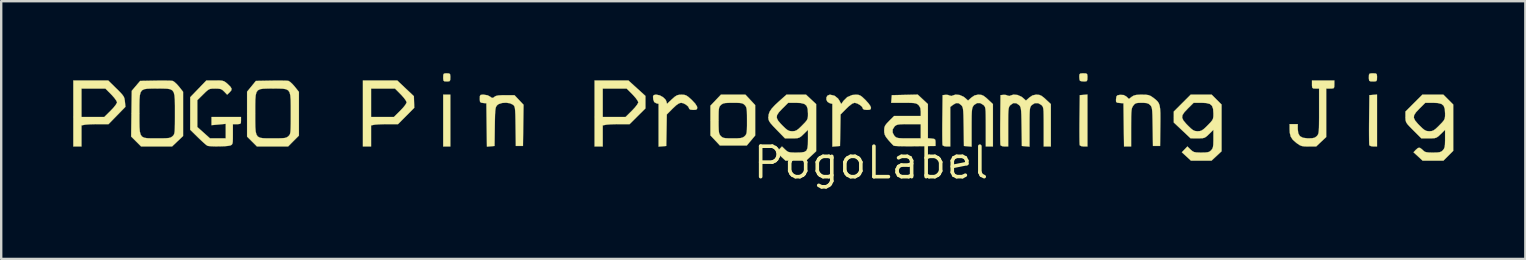
<source format=kicad_pcb>
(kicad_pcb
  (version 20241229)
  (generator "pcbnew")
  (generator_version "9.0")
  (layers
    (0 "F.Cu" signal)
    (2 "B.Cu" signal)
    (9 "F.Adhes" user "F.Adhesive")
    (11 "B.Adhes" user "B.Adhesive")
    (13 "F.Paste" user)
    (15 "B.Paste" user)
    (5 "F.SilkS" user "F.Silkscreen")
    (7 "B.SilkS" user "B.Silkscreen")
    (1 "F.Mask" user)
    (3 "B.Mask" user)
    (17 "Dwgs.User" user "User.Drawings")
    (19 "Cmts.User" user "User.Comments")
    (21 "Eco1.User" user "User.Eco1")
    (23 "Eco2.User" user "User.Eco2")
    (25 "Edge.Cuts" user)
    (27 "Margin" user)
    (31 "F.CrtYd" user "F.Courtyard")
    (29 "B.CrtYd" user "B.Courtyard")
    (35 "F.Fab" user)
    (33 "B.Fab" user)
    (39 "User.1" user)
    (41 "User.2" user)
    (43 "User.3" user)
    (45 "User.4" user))
  (footprint "PogoLabel"
    (layer "F.Cu")
    (at 33.237 3.73)
    (property "Reference" "PogoLabel" (at 0 0 0) (layer "F.SilkS") (effects (font (size 1.27 1.27) (thickness 0.15))))
    (attr through_hole)
    (fp_poly (pts (xy -17.526 -0.677) (xy -17.822 -0.677) (xy -17.822 -2.836) (xy -17.526 -2.836) (xy -17.526 -0.677)) (stroke (width 0.01) (type solid)) (fill yes) (layer "F.SilkS"))
    (fp_poly (pts (xy 9.017 -0.677) (xy 8.868 -0.677) (xy 8.763 -0.691) (xy 8.701 -0.725) (xy 8.697 -0.731) (xy 8.692 -0.787) (xy 8.688 -0.915) (xy 8.686 -1.103) (xy 8.685 -1.339) (xy 8.686 -1.609) (xy 8.688 -1.8) (xy 8.7 -2.815) (xy 8.858 -2.828) (xy 9.017 -2.841) (xy 9.017 -0.677)) (stroke (width 0.01) (type solid)) (fill yes) (layer "F.SilkS"))
    (fp_poly (pts (xy 21.082 -0.677) (xy 20.933 -0.677) (xy 20.828 -0.691) (xy 20.766 -0.725) (xy 20.762 -0.731) (xy 20.757 -0.787) (xy 20.753 -0.915) (xy 20.751 -1.103) (xy 20.75 -1.339) (xy 20.751 -1.609) (xy 20.753 -1.8) (xy 20.765 -2.815) (xy 20.923 -2.828) (xy 21.082 -2.841) (xy 21.082 -0.677)) (stroke (width 0.01) (type solid)) (fill yes) (layer "F.SilkS"))
    (fp_poly (pts (xy -17.579 -3.72) (xy -17.537 -3.689) (xy -17.526 -3.606) (xy -17.526 -3.556) (xy -17.53 -3.448) (xy -17.558 -3.399) (xy -17.63 -3.387) (xy -17.674 -3.387) (xy -17.769 -3.392) (xy -17.811 -3.423) (xy -17.822 -3.506) (xy -17.822 -3.556) (xy -17.818 -3.664) (xy -17.79 -3.713) (xy -17.718 -3.725) (xy -17.674 -3.725) (xy -17.579 -3.72)) (stroke (width 0.01) (type solid)) (fill yes) (layer "F.SilkS"))
    (fp_poly (pts (xy 21.021 -3.721) (xy 21.069 -3.693) (xy 21.082 -3.615) (xy 21.082 -3.556) (xy 21.078 -3.448) (xy 21.049 -3.399) (xy 20.972 -3.387) (xy 20.913 -3.387) (xy 20.804 -3.391) (xy 20.756 -3.419) (xy 20.744 -3.497) (xy 20.743 -3.556) (xy 20.747 -3.664) (xy 20.776 -3.713) (xy 20.853 -3.725) (xy 20.913 -3.725) (xy 21.021 -3.721)) (stroke (width 0.01) (type solid)) (fill yes) (layer "F.SilkS"))
    (fp_poly (pts (xy 8.956 -3.721) (xy 9.004 -3.693) (xy 9.017 -3.615) (xy 9.017 -3.556) (xy 9.012 -3.448) (xy 8.985 -3.399) (xy 8.914 -3.387) (xy 8.876 -3.387) (xy 8.771 -3.394) (xy 8.708 -3.413) (xy 8.707 -3.415) (xy 8.687 -3.473) (xy 8.678 -3.576) (xy 8.678 -3.584) (xy 8.684 -3.675) (xy 8.717 -3.715) (xy 8.802 -3.725) (xy 8.848 -3.725) (xy 8.956 -3.721)) (stroke (width 0.01) (type solid)) (fill yes) (layer "F.SilkS"))
    (fp_poly (pts (xy -9.753 -3.106) (xy -9.398 -2.784) (xy -9.398 -2.263) (xy -10.056 -1.609) (xy -10.484 -1.609) (xy -10.681 -1.606) (xy -10.861 -1.599) (xy -10.996 -1.589) (xy -11.044 -1.582) (xy -11.176 -1.556) (xy -11.176 -0.677) (xy -11.515 -0.677) (xy -11.515 -3.09) (xy -11.176 -3.09) (xy -11.176 -1.905) (xy -10.226 -1.905) (xy -9.96 -2.168) (xy -9.836 -2.3) (xy -9.744 -2.417) (xy -9.698 -2.5) (xy -9.694 -2.516) (xy -9.723 -2.585) (xy -9.798 -2.691) (xy -9.906 -2.815) (xy -9.936 -2.846) (xy -10.179 -3.09) (xy -11.176 -3.09) (xy -11.515 -3.09) (xy -11.515 -3.429) (xy -10.109 -3.429) (xy -9.753 -3.106)) (stroke (width 0.01) (type solid)) (fill yes) (layer "F.SilkS"))
    (fp_poly (pts (xy -19.392 -3.101) (xy -19.044 -2.773) (xy -19.029 -2.288) (xy -19.367 -1.948) (xy -19.704 -1.609) (xy -20.134 -1.609) (xy -20.332 -1.606) (xy -20.512 -1.599) (xy -20.648 -1.589) (xy -20.696 -1.582) (xy -20.828 -1.556) (xy -20.828 -0.677) (xy -21.167 -0.677) (xy -21.167 -3.09) (xy -20.828 -3.09) (xy -20.828 -1.905) (xy -19.878 -1.905) (xy -19.612 -2.168) (xy -19.488 -2.3) (xy -19.396 -2.417) (xy -19.35 -2.5) (xy -19.346 -2.516) (xy -19.375 -2.585) (xy -19.45 -2.691) (xy -19.558 -2.815) (xy -19.588 -2.846) (xy -19.831 -3.09) (xy -20.828 -3.09) (xy -21.167 -3.09) (xy -21.167 -3.429) (xy -19.739 -3.429) (xy -19.392 -3.101)) (stroke (width 0.01) (type solid)) (fill yes) (layer "F.SilkS"))
    (fp_poly (pts (xy -31.442 -3.097) (xy -31.294 -2.95) (xy -31.196 -2.843) (xy -31.136 -2.76) (xy -31.104 -2.683) (xy -31.088 -2.594) (xy -31.083 -2.547) (xy -31.062 -2.329) (xy -31.413 -1.969) (xy -31.765 -1.609) (xy -32.197 -1.609) (xy -32.395 -1.606) (xy -32.575 -1.599) (xy -32.712 -1.589) (xy -32.761 -1.582) (xy -32.893 -1.556) (xy -32.893 -0.677) (xy -33.232 -0.677) (xy -33.232 -3.09) (xy -32.893 -3.09) (xy -32.893 -1.905) (xy -31.943 -1.905) (xy -31.677 -2.168) (xy -31.553 -2.3) (xy -31.461 -2.417) (xy -31.415 -2.5) (xy -31.411 -2.516) (xy -31.44 -2.585) (xy -31.515 -2.691) (xy -31.623 -2.815) (xy -31.653 -2.846) (xy -31.896 -3.09) (xy -32.893 -3.09) (xy -33.232 -3.09) (xy -33.232 -3.429) (xy -31.781 -3.429) (xy -31.442 -3.097)) (stroke (width 0.01) (type solid)) (fill yes) (layer "F.SilkS"))
    (fp_poly (pts (xy -0.531 -2.83) (xy -0.449 -2.801) (xy -0.36 -2.737) (xy -0.241 -2.625) (xy -0.226 -2.61) (xy -0.106 -2.477) (xy -0.026 -2.364) (xy 0 -2.292) (xy -0.012 -2.233) (xy -0.064 -2.207) (xy -0.169 -2.201) (xy -0.289 -2.213) (xy -0.337 -2.249) (xy -0.339 -2.262) (xy -0.374 -2.333) (xy -0.462 -2.408) (xy -0.573 -2.47) (xy -0.678 -2.498) (xy -0.685 -2.498) (xy -0.783 -2.462) (xy -0.921 -2.355) (xy -1.027 -2.254) (xy -1.268 -2.011) (xy -1.279 -1.355) (xy -1.291 -0.699) (xy -1.45 -0.685) (xy -1.609 -0.672) (xy -1.609 -2.454) (xy -1.715 -2.48) (xy -1.81 -2.536) (xy -1.858 -2.624) (xy -1.857 -2.721) (xy -1.81 -2.799) (xy -1.716 -2.835) (xy -1.705 -2.835) (xy -1.522 -2.793) (xy -1.375 -2.678) (xy -1.312 -2.583) (xy -1.241 -2.445) (xy -1.146 -2.578) (xy -0.987 -2.736) (xy -0.785 -2.821) (xy -0.631 -2.836) (xy -0.531 -2.83)) (stroke (width 0.01) (type solid)) (fill yes) (layer "F.SilkS"))
    (fp_poly (pts (xy -7.787 -2.831) (xy -7.701 -2.805) (xy -7.611 -2.746) (xy -7.493 -2.641) (xy -7.469 -2.619) (xy -7.323 -2.464) (xy -7.249 -2.346) (xy -7.239 -2.301) (xy -7.249 -2.237) (xy -7.296 -2.208) (xy -7.402 -2.201) (xy -7.408 -2.201) (xy -7.529 -2.213) (xy -7.576 -2.25) (xy -7.578 -2.262) (xy -7.614 -2.339) (xy -7.703 -2.417) (xy -7.815 -2.477) (xy -7.913 -2.498) (xy -8.001 -2.473) (xy -8.115 -2.395) (xy -8.264 -2.256) (xy -8.266 -2.254) (xy -8.507 -2.011) (xy -8.518 -1.355) (xy -8.53 -0.699) (xy -8.689 -0.685) (xy -8.848 -0.672) (xy -8.848 -2.454) (xy -8.949 -2.479) (xy -9.032 -2.529) (xy -9.071 -2.638) (xy -9.071 -2.639) (xy -9.081 -2.758) (xy -9.052 -2.817) (xy -8.973 -2.836) (xy -8.94 -2.836) (xy -8.8 -2.807) (xy -8.664 -2.732) (xy -8.561 -2.632) (xy -8.526 -2.561) (xy -8.499 -2.453) (xy -8.294 -2.645) (xy -8.174 -2.751) (xy -8.081 -2.809) (xy -7.987 -2.832) (xy -7.894 -2.836) (xy -7.787 -2.831)) (stroke (width 0.01) (type solid)) (fill yes) (layer "F.SilkS"))
    (fp_poly (pts (xy 19.304 -3.26) (xy 19.3 -3.151) (xy 19.271 -3.103) (xy 19.194 -3.091) (xy 19.135 -3.09) (xy 18.965 -3.09) (xy 18.965 -1.07) (xy 18.755 -0.874) (xy 18.546 -0.677) (xy 18.232 -0.677) (xy 18.065 -0.68) (xy 17.951 -0.696) (xy 17.86 -0.732) (xy 17.759 -0.8) (xy 17.72 -0.829) (xy 17.572 -0.959) (xy 17.487 -1.089) (xy 17.448 -1.248) (xy 17.441 -1.4) (xy 17.441 -1.609) (xy 17.78 -1.609) (xy 17.78 -1.404) (xy 17.801 -1.227) (xy 17.869 -1.109) (xy 17.994 -1.041) (xy 18.185 -1.017) (xy 18.23 -1.016) (xy 18.385 -1.022) (xy 18.485 -1.045) (xy 18.557 -1.094) (xy 18.577 -1.114) (xy 18.607 -1.149) (xy 18.63 -1.19) (xy 18.646 -1.249) (xy 18.657 -1.336) (xy 18.664 -1.464) (xy 18.667 -1.643) (xy 18.669 -1.886) (xy 18.669 -2.151) (xy 18.669 -3.09) (xy 18.521 -3.09) (xy 18.426 -3.095) (xy 18.384 -3.127) (xy 18.373 -3.21) (xy 18.373 -3.26) (xy 18.373 -3.429) (xy 19.304 -3.429) (xy 19.304 -3.26)) (stroke (width 0.01) (type solid)) (fill yes) (layer "F.SilkS"))
    (fp_poly (pts (xy -15.974 -2.81) (xy -15.869 -2.755) (xy -15.794 -2.702) (xy -15.742 -2.704) (xy -15.691 -2.744) (xy -15.629 -2.781) (xy -15.532 -2.803) (xy -15.381 -2.813) (xy -15.233 -2.815) (xy -14.853 -2.815) (xy -14.476 -2.416) (xy -14.488 -1.557) (xy -14.499 -0.699) (xy -14.796 -0.699) (xy -14.807 -1.518) (xy -14.811 -1.801) (xy -14.816 -2.012) (xy -14.824 -2.162) (xy -14.834 -2.265) (xy -14.85 -2.332) (xy -14.872 -2.375) (xy -14.902 -2.407) (xy -14.913 -2.416) (xy -15.038 -2.477) (xy -15.201 -2.501) (xy -15.37 -2.49) (xy -15.512 -2.444) (xy -15.57 -2.401) (xy -15.602 -2.362) (xy -15.626 -2.315) (xy -15.643 -2.248) (xy -15.655 -2.147) (xy -15.663 -2) (xy -15.668 -1.794) (xy -15.673 -1.517) (xy -15.673 -1.501) (xy -15.684 -0.699) (xy -15.842 -0.685) (xy -16 -0.672) (xy -16.012 -1.574) (xy -16.023 -2.477) (xy -16.161 -2.49) (xy -16.25 -2.505) (xy -16.289 -2.546) (xy -16.298 -2.639) (xy -16.298 -2.67) (xy -16.294 -2.777) (xy -16.265 -2.824) (xy -16.186 -2.836) (xy -16.134 -2.836) (xy -15.974 -2.81)) (stroke (width 0.01) (type solid)) (fill yes) (layer "F.SilkS"))
    (fp_poly (pts (xy -5.029 -2.62) (xy -4.826 -2.403) (xy -4.826 -1.134) (xy -4.999 -0.927) (xy -5.173 -0.72) (xy -6.296 -0.72) (xy -6.492 -0.93) (xy -6.689 -1.139) (xy -6.689 -1.763) (xy -6.35 -1.763) (xy -6.349 -1.535) (xy -6.344 -1.375) (xy -6.334 -1.268) (xy -6.315 -1.197) (xy -6.285 -1.146) (xy -6.258 -1.114) (xy -6.207 -1.068) (xy -6.147 -1.039) (xy -6.057 -1.023) (xy -5.917 -1.017) (xy -5.763 -1.016) (xy -5.57 -1.018) (xy -5.441 -1.027) (xy -5.356 -1.047) (xy -5.295 -1.08) (xy -5.263 -1.108) (xy -5.222 -1.151) (xy -5.195 -1.2) (xy -5.178 -1.272) (xy -5.169 -1.384) (xy -5.165 -1.549) (xy -5.165 -1.751) (xy -5.166 -1.979) (xy -5.17 -2.139) (xy -5.181 -2.246) (xy -5.2 -2.317) (xy -5.229 -2.368) (xy -5.257 -2.4) (xy -5.308 -2.446) (xy -5.368 -2.475) (xy -5.458 -2.49) (xy -5.597 -2.497) (xy -5.751 -2.498) (xy -5.945 -2.495) (xy -6.074 -2.487) (xy -6.159 -2.467) (xy -6.22 -2.433) (xy -6.252 -2.406) (xy -6.292 -2.363) (xy -6.32 -2.314) (xy -6.337 -2.241) (xy -6.346 -2.13) (xy -6.349 -1.964) (xy -6.35 -1.763) (xy -6.689 -1.763) (xy -6.689 -2.376) (xy -6.253 -2.836) (xy -5.232 -2.836) (xy -5.029 -2.62)) (stroke (width 0.01) (type solid)) (fill yes) (layer "F.SilkS"))
    (fp_poly (pts (xy -27.151 -3.428) (xy -27.034 -3.418) (xy -26.952 -3.394) (xy -26.88 -3.348) (xy -26.797 -3.276) (xy -26.685 -3.165) (xy -26.638 -3.084) (xy -26.652 -3.012) (xy -26.723 -2.931) (xy -26.726 -2.928) (xy -26.824 -2.836) (xy -26.945 -2.963) (xy -27.024 -3.036) (xy -27.104 -3.074) (xy -27.215 -3.089) (xy -27.322 -3.09) (xy -27.45 -3.088) (xy -27.541 -3.074) (xy -27.619 -3.034) (xy -27.709 -2.959) (xy -27.822 -2.848) (xy -28.067 -2.606) (xy -28.067 -1.488) (xy -27.802 -1.252) (xy -27.538 -1.016) (xy -27.21 -1.016) (xy -26.882 -1.016) (xy -26.882 -1.621) (xy -27.178 -1.593) (xy -27.474 -1.566) (xy -27.474 -1.905) (xy -26.247 -1.905) (xy -26.247 -1.757) (xy -26.252 -1.662) (xy -26.283 -1.62) (xy -26.366 -1.609) (xy -26.416 -1.609) (xy -26.585 -1.609) (xy -26.585 -1.184) (xy -26.586 -0.991) (xy -26.591 -0.866) (xy -26.605 -0.792) (xy -26.631 -0.751) (xy -26.673 -0.727) (xy -26.694 -0.719) (xy -26.783 -0.702) (xy -26.931 -0.689) (xy -27.112 -0.683) (xy -27.3 -0.681) (xy -27.471 -0.686) (xy -27.598 -0.697) (xy -27.644 -0.707) (xy -27.699 -0.744) (xy -27.798 -0.829) (xy -27.926 -0.947) (xy -28.035 -1.052) (xy -28.363 -1.374) (xy -28.362 -2.052) (xy -28.361 -2.731) (xy -27.688 -3.429) (xy -27.327 -3.429) (xy -27.151 -3.428)) (stroke (width 0.01) (type solid)) (fill yes) (layer "F.SilkS"))
    (fp_poly (pts (xy 11.452 -2.833) (xy 11.565 -2.817) (xy 11.657 -2.779) (xy 11.757 -2.711) (xy 11.776 -2.697) (xy 11.87 -2.622) (xy 11.941 -2.553) (xy 11.992 -2.476) (xy 12.026 -2.378) (xy 12.046 -2.247) (xy 12.056 -2.07) (xy 12.057 -1.834) (xy 12.054 -1.526) (xy 12.054 -1.524) (xy 12.044 -0.699) (xy 11.748 -0.699) (xy 11.736 -1.501) (xy 11.731 -1.782) (xy 11.726 -1.991) (xy 11.718 -2.141) (xy 11.707 -2.244) (xy 11.69 -2.313) (xy 11.667 -2.36) (xy 11.635 -2.399) (xy 11.633 -2.401) (xy 11.566 -2.456) (xy 11.481 -2.486) (xy 11.35 -2.497) (xy 11.277 -2.498) (xy 11.128 -2.494) (xy 11.037 -2.478) (xy 10.976 -2.438) (xy 10.925 -2.375) (xy 10.894 -2.326) (xy 10.871 -2.269) (xy 10.856 -2.192) (xy 10.846 -2.08) (xy 10.84 -1.922) (xy 10.838 -1.703) (xy 10.837 -1.465) (xy 10.837 -0.677) (xy 10.543 -0.677) (xy 10.531 -1.577) (xy 10.52 -2.477) (xy 10.359 -2.49) (xy 10.254 -2.503) (xy 10.212 -2.538) (xy 10.207 -2.619) (xy 10.211 -2.659) (xy 10.226 -2.761) (xy 10.266 -2.808) (xy 10.358 -2.826) (xy 10.387 -2.829) (xy 10.529 -2.821) (xy 10.636 -2.761) (xy 10.649 -2.749) (xy 10.748 -2.657) (xy 10.862 -2.747) (xy 10.943 -2.796) (xy 11.043 -2.824) (xy 11.19 -2.835) (xy 11.284 -2.836) (xy 11.452 -2.833)) (stroke (width 0.01) (type solid)) (fill yes) (layer "F.SilkS"))
    (fp_poly (pts (xy -29.384 -3.422) (xy -29.22 -3.419) (xy -29.115 -3.412) (xy -29.094 -3.409) (xy -29.019 -3.364) (xy -28.918 -3.272) (xy -28.829 -3.171) (xy -28.66 -2.956) (xy -28.66 -1.113) (xy -28.89 -0.895) (xy -29.12 -0.677) (xy -30.407 -0.677) (xy -30.823 -1.093) (xy -30.81 -2.045) (xy -30.806 -2.38) (xy -30.48 -2.38) (xy -30.48 -2.059) (xy -30.48 -1.735) (xy -30.476 -1.487) (xy -30.462 -1.303) (xy -30.429 -1.174) (xy -30.372 -1.091) (xy -30.282 -1.043) (xy -30.155 -1.022) (xy -29.981 -1.016) (xy -29.756 -1.016) (xy -29.745 -1.016) (xy -29.517 -1.017) (xy -29.357 -1.022) (xy -29.25 -1.032) (xy -29.179 -1.051) (xy -29.128 -1.081) (xy -29.096 -1.108) (xy -29.063 -1.142) (xy -29.038 -1.181) (xy -29.021 -1.236) (xy -29.009 -1.32) (xy -29.003 -1.446) (xy -28.999 -1.624) (xy -28.998 -1.868) (xy -28.998 -2.047) (xy -28.998 -2.371) (xy -29.002 -2.62) (xy -29.017 -2.804) (xy -29.049 -2.932) (xy -29.107 -3.015) (xy -29.196 -3.063) (xy -29.324 -3.085) (xy -29.497 -3.091) (xy -29.723 -3.09) (xy -29.733 -3.09) (xy -29.966 -3.091) (xy -30.145 -3.085) (xy -30.277 -3.064) (xy -30.368 -3.018) (xy -30.428 -2.936) (xy -30.461 -2.809) (xy -30.476 -2.627) (xy -30.48 -2.38) (xy -30.806 -2.38) (xy -30.797 -2.997) (xy -30.449 -3.408) (xy -29.819 -3.42) (xy -29.589 -3.423) (xy -29.384 -3.422)) (stroke (width 0.01) (type solid)) (fill yes) (layer "F.SilkS"))
    (fp_poly (pts (xy -24.56 -3.422) (xy -24.397 -3.419) (xy -24.293 -3.413) (xy -24.271 -3.41) (xy -24.198 -3.366) (xy -24.099 -3.274) (xy -24.007 -3.17) (xy -23.834 -2.952) (xy -23.834 -1.13) (xy -24.06 -0.904) (xy -24.286 -0.677) (xy -25.581 -0.677) (xy -25.787 -0.883) (xy -25.993 -1.089) (xy -25.993 -2.38) (xy -25.654 -2.38) (xy -25.654 -2.059) (xy -25.654 -1.735) (xy -25.65 -1.487) (xy -25.636 -1.303) (xy -25.603 -1.174) (xy -25.546 -1.091) (xy -25.456 -1.043) (xy -25.329 -1.022) (xy -25.155 -1.016) (xy -24.93 -1.016) (xy -24.919 -1.016) (xy -24.691 -1.017) (xy -24.531 -1.022) (xy -24.424 -1.032) (xy -24.353 -1.051) (xy -24.302 -1.081) (xy -24.27 -1.108) (xy -24.237 -1.142) (xy -24.212 -1.181) (xy -24.195 -1.236) (xy -24.183 -1.32) (xy -24.177 -1.446) (xy -24.173 -1.624) (xy -24.172 -1.868) (xy -24.172 -2.047) (xy -24.172 -2.371) (xy -24.176 -2.62) (xy -24.191 -2.804) (xy -24.223 -2.932) (xy -24.281 -3.015) (xy -24.37 -3.063) (xy -24.498 -3.085) (xy -24.671 -3.091) (xy -24.897 -3.09) (xy -24.907 -3.09) (xy -25.14 -3.091) (xy -25.319 -3.085) (xy -25.451 -3.064) (xy -25.542 -3.018) (xy -25.602 -2.936) (xy -25.635 -2.809) (xy -25.65 -2.627) (xy -25.654 -2.38) (xy -25.993 -2.38) (xy -25.993 -2.96) (xy -25.81 -3.184) (xy -25.628 -3.408) (xy -24.995 -3.42) (xy -24.766 -3.423) (xy -24.56 -3.422)) (stroke (width 0.01) (type solid)) (fill yes) (layer "F.SilkS"))
    (fp_poly (pts (xy 2.371 -2.444) (xy 2.371 -1.021) (xy 2.529 -1.008) (xy 2.633 -0.993) (xy 2.678 -0.956) (xy 2.688 -0.869) (xy 2.688 -0.847) (xy 2.688 -0.699) (xy 1.841 -0.688) (xy 1.58 -0.686) (xy 1.347 -0.688) (xy 1.156 -0.692) (xy 1.019 -0.699) (xy 0.952 -0.708) (xy 0.948 -0.709) (xy 0.897 -0.756) (xy 0.812 -0.847) (xy 0.726 -0.944) (xy 0.625 -1.071) (xy 0.572 -1.171) (xy 0.557 -1.251) (xy 0.902 -1.251) (xy 0.979 -1.116) (xy 0.981 -1.114) (xy 1.026 -1.072) (xy 1.078 -1.044) (xy 1.155 -1.027) (xy 1.274 -1.019) (xy 1.452 -1.016) (xy 1.574 -1.016) (xy 2.074 -1.016) (xy 2.074 -1.609) (xy 1.58 -1.609) (xy 1.364 -1.607) (xy 1.216 -1.601) (xy 1.118 -1.588) (xy 1.052 -1.565) (xy 1.002 -1.53) (xy 0.987 -1.517) (xy 0.905 -1.39) (xy 0.902 -1.251) (xy 0.557 -1.251) (xy 0.552 -1.277) (xy 0.55 -1.342) (xy 0.556 -1.453) (xy 0.584 -1.539) (xy 0.647 -1.627) (xy 0.756 -1.742) (xy 0.962 -1.947) (xy 1.518 -1.947) (xy 2.074 -1.947) (xy 2.074 -2.13) (xy 2.058 -2.279) (xy 1.999 -2.383) (xy 1.976 -2.406) (xy 1.928 -2.445) (xy 1.87 -2.471) (xy 1.786 -2.487) (xy 1.659 -2.495) (xy 1.472 -2.497) (xy 1.36 -2.498) (xy 0.842 -2.498) (xy 0.868 -2.815) (xy 1.408 -2.827) (xy 1.948 -2.839) (xy 2.371 -2.444)) (stroke (width 0.01) (type solid)) (fill yes) (layer "F.SilkS"))
    (fp_poly (pts (xy 14.399 -2.631) (xy 14.605 -2.425) (xy 14.605 -0.477) (xy 14.185 -0.085) (xy 13.333 -0.085) (xy 12.951 -0.437) (xy 13.067 -0.557) (xy 13.182 -0.678) (xy 13.313 -0.551) (xy 13.388 -0.485) (xy 13.459 -0.447) (xy 13.554 -0.429) (xy 13.698 -0.424) (xy 13.764 -0.423) (xy 13.934 -0.427) (xy 14.043 -0.44) (xy 14.115 -0.47) (xy 14.174 -0.521) (xy 14.174 -0.521) (xy 14.219 -0.58) (xy 14.247 -0.652) (xy 14.261 -0.758) (xy 14.266 -0.92) (xy 14.266 -0.996) (xy 14.266 -1.372) (xy 14.085 -1.194) (xy 13.986 -1.101) (xy 13.907 -1.047) (xy 13.819 -1.023) (xy 13.691 -1.017) (xy 13.609 -1.017) (xy 13.314 -1.018) (xy 12.615 -1.677) (xy 12.615 -1.873) (xy 12.964 -1.873) (xy 13.018 -1.758) (xy 13.138 -1.616) (xy 13.196 -1.557) (xy 13.323 -1.433) (xy 13.416 -1.36) (xy 13.495 -1.324) (xy 13.583 -1.313) (xy 13.61 -1.312) (xy 13.704 -1.319) (xy 13.783 -1.347) (xy 13.87 -1.409) (xy 13.986 -1.518) (xy 14.024 -1.557) (xy 14.144 -1.68) (xy 14.216 -1.768) (xy 14.252 -1.846) (xy 14.265 -1.939) (xy 14.266 -2.052) (xy 14.254 -2.243) (xy 14.207 -2.372) (xy 14.115 -2.45) (xy 13.964 -2.488) (xy 13.763 -2.498) (xy 13.443 -2.498) (xy 13.199 -2.256) (xy 13.054 -2.102) (xy 12.976 -1.981) (xy 12.964 -1.873) (xy 12.615 -1.873) (xy 12.615 -2.132) (xy 12.967 -2.484) (xy 13.319 -2.836) (xy 14.194 -2.836) (xy 14.399 -2.631)) (stroke (width 0.01) (type solid)) (fill yes) (layer "F.SilkS"))
    (fp_poly (pts (xy 3.692 -2.823) (xy 3.85 -2.754) (xy 3.905 -2.714) (xy 4.044 -2.591) (xy 4.182 -2.714) (xy 4.314 -2.804) (xy 4.457 -2.836) (xy 4.49 -2.836) (xy 4.595 -2.827) (xy 4.687 -2.79) (xy 4.792 -2.711) (xy 4.87 -2.64) (xy 5.08 -2.444) (xy 5.08 -0.677) (xy 4.784 -0.677) (xy 4.784 -1.495) (xy 4.783 -1.778) (xy 4.781 -1.988) (xy 4.777 -2.139) (xy 4.768 -2.242) (xy 4.753 -2.31) (xy 4.731 -2.355) (xy 4.702 -2.39) (xy 4.686 -2.406) (xy 4.552 -2.485) (xy 4.417 -2.485) (xy 4.296 -2.407) (xy 4.279 -2.386) (xy 4.248 -2.342) (xy 4.225 -2.29) (xy 4.21 -2.217) (xy 4.2 -2.111) (xy 4.194 -1.958) (xy 4.192 -1.746) (xy 4.191 -1.473) (xy 4.191 -0.672) (xy 4.032 -0.685) (xy 3.873 -0.699) (xy 3.862 -1.501) (xy 3.857 -1.782) (xy 3.852 -1.991) (xy 3.844 -2.141) (xy 3.833 -2.244) (xy 3.816 -2.313) (xy 3.793 -2.36) (xy 3.761 -2.399) (xy 3.759 -2.401) (xy 3.652 -2.481) (xy 3.543 -2.485) (xy 3.415 -2.411) (xy 3.414 -2.41) (xy 3.302 -2.322) (xy 3.302 -0.677) (xy 3.153 -0.677) (xy 3.048 -0.691) (xy 2.986 -0.725) (xy 2.982 -0.731) (xy 2.977 -0.787) (xy 2.973 -0.915) (xy 2.971 -1.103) (xy 2.97 -1.339) (xy 2.971 -1.609) (xy 2.973 -1.8) (xy 2.985 -2.815) (xy 3.103 -2.829) (xy 3.209 -2.825) (xy 3.274 -2.799) (xy 3.354 -2.781) (xy 3.388 -2.796) (xy 3.527 -2.839) (xy 3.692 -2.823)) (stroke (width 0.01) (type solid)) (fill yes) (layer "F.SilkS"))
    (fp_poly (pts (xy -2.496 -2.64) (xy -2.286 -2.444) (xy -2.286 -0.477) (xy -2.706 -0.085) (xy -3.558 -0.085) (xy -3.94 -0.437) (xy -3.824 -0.557) (xy -3.709 -0.678) (xy -3.578 -0.551) (xy -3.506 -0.487) (xy -3.438 -0.449) (xy -3.348 -0.43) (xy -3.213 -0.424) (xy -3.105 -0.423) (xy -2.91 -0.428) (xy -2.776 -0.45) (xy -2.692 -0.504) (xy -2.647 -0.603) (xy -2.628 -0.761) (xy -2.625 -0.975) (xy -2.625 -1.372) (xy -2.806 -1.194) (xy -2.905 -1.101) (xy -2.983 -1.048) (xy -3.071 -1.023) (xy -3.199 -1.016) (xy -3.286 -1.016) (xy -3.583 -1.016) (xy -3.929 -1.371) (xy -4.08 -1.528) (xy -4.18 -1.642) (xy -4.239 -1.727) (xy -4.268 -1.799) (xy -4.276 -1.872) (xy -4.276 -1.873) (xy -3.927 -1.873) (xy -3.873 -1.758) (xy -3.753 -1.616) (xy -3.695 -1.557) (xy -3.568 -1.433) (xy -3.475 -1.36) (xy -3.396 -1.324) (xy -3.308 -1.313) (xy -3.281 -1.312) (xy -3.187 -1.319) (xy -3.108 -1.347) (xy -3.021 -1.409) (xy -2.905 -1.518) (xy -2.867 -1.557) (xy -2.747 -1.68) (xy -2.675 -1.768) (xy -2.639 -1.846) (xy -2.626 -1.939) (xy -2.625 -2.052) (xy -2.637 -2.243) (xy -2.684 -2.372) (xy -2.776 -2.45) (xy -2.927 -2.488) (xy -3.128 -2.498) (xy -3.448 -2.498) (xy -3.692 -2.256) (xy -3.837 -2.102) (xy -3.915 -1.981) (xy -3.927 -1.873) (xy -4.276 -1.873) (xy -4.276 -1.881) (xy -4.263 -2.012) (xy -4.219 -2.133) (xy -4.133 -2.26) (xy -3.996 -2.407) (xy -3.838 -2.553) (xy -3.522 -2.836) (xy -2.706 -2.836) (xy -2.496 -2.64)) (stroke (width 0.01) (type solid)) (fill yes) (layer "F.SilkS"))
    (fp_poly (pts (xy 24.051 -2.631) (xy 24.257 -2.425) (xy 24.257 -0.496) (xy 23.846 -0.085) (xy 22.985 -0.085) (xy 22.604 -0.436) (xy 22.697 -0.536) (xy 22.79 -0.616) (xy 22.869 -0.623) (xy 22.959 -0.558) (xy 22.987 -0.529) (xy 23.047 -0.475) (xy 23.115 -0.443) (xy 23.216 -0.428) (xy 23.372 -0.423) (xy 23.41 -0.423) (xy 23.582 -0.426) (xy 23.692 -0.44) (xy 23.764 -0.468) (xy 23.823 -0.517) (xy 23.826 -0.521) (xy 23.871 -0.58) (xy 23.899 -0.652) (xy 23.913 -0.758) (xy 23.918 -0.92) (xy 23.918 -0.996) (xy 23.918 -1.372) (xy 23.737 -1.194) (xy 23.641 -1.103) (xy 23.564 -1.05) (xy 23.48 -1.024) (xy 23.358 -1.017) (xy 23.242 -1.016) (xy 22.929 -1.016) (xy 22.598 -1.347) (xy 22.454 -1.492) (xy 22.359 -1.595) (xy 22.304 -1.674) (xy 22.277 -1.745) (xy 22.268 -1.826) (xy 22.268 -1.873) (xy 22.616 -1.873) (xy 22.67 -1.758) (xy 22.79 -1.616) (xy 22.848 -1.557) (xy 22.975 -1.433) (xy 23.068 -1.36) (xy 23.147 -1.324) (xy 23.235 -1.313) (xy 23.262 -1.312) (xy 23.356 -1.319) (xy 23.435 -1.347) (xy 23.522 -1.409) (xy 23.638 -1.518) (xy 23.676 -1.557) (xy 23.796 -1.68) (xy 23.868 -1.768) (xy 23.904 -1.846) (xy 23.917 -1.939) (xy 23.918 -2.052) (xy 23.906 -2.243) (xy 23.859 -2.372) (xy 23.767 -2.45) (xy 23.616 -2.488) (xy 23.415 -2.498) (xy 23.095 -2.498) (xy 22.851 -2.256) (xy 22.706 -2.102) (xy 22.628 -1.981) (xy 22.616 -1.873) (xy 22.268 -1.873) (xy 22.267 -1.905) (xy 22.267 -2.132) (xy 22.619 -2.484) (xy 22.971 -2.836) (xy 23.846 -2.836) (xy 24.051 -2.631)) (stroke (width 0.01) (type solid)) (fill yes) (layer "F.SilkS"))
    (fp_poly (pts (xy 6.105 -2.823) (xy 6.263 -2.754) (xy 6.318 -2.714) (xy 6.457 -2.591) (xy 6.595 -2.714) (xy 6.727 -2.804) (xy 6.87 -2.836) (xy 6.903 -2.836) (xy 7.008 -2.827) (xy 7.1 -2.79) (xy 7.205 -2.711) (xy 7.283 -2.64) (xy 7.493 -2.444) (xy 7.493 -0.677) (xy 7.197 -0.677) (xy 7.197 -1.495) (xy 7.196 -1.778) (xy 7.194 -1.988) (xy 7.19 -2.139) (xy 7.181 -2.242) (xy 7.166 -2.31) (xy 7.144 -2.355) (xy 7.115 -2.39) (xy 7.099 -2.406) (xy 6.964 -2.484) (xy 6.825 -2.483) (xy 6.698 -2.402) (xy 6.696 -2.4) (xy 6.664 -2.362) (xy 6.641 -2.317) (xy 6.624 -2.254) (xy 6.614 -2.159) (xy 6.608 -2.02) (xy 6.605 -1.824) (xy 6.604 -1.559) (xy 6.604 -1.487) (xy 6.604 -0.672) (xy 6.445 -0.685) (xy 6.287 -0.699) (xy 6.275 -1.501) (xy 6.27 -1.782) (xy 6.265 -1.991) (xy 6.257 -2.141) (xy 6.246 -2.244) (xy 6.229 -2.313) (xy 6.206 -2.36) (xy 6.174 -2.399) (xy 6.172 -2.401) (xy 6.051 -2.483) (xy 5.926 -2.482) (xy 5.807 -2.4) (xy 5.775 -2.362) (xy 5.752 -2.317) (xy 5.735 -2.254) (xy 5.725 -2.158) (xy 5.718 -2.019) (xy 5.716 -1.823) (xy 5.715 -1.557) (xy 5.715 -1.49) (xy 5.715 -0.677) (xy 5.566 -0.677) (xy 5.461 -0.691) (xy 5.399 -0.725) (xy 5.395 -0.731) (xy 5.39 -0.787) (xy 5.386 -0.915) (xy 5.384 -1.103) (xy 5.383 -1.339) (xy 5.384 -1.609) (xy 5.386 -1.8) (xy 5.397 -2.815) (xy 5.516 -2.829) (xy 5.622 -2.825) (xy 5.687 -2.799) (xy 5.768 -2.781) (xy 5.801 -2.796) (xy 5.94 -2.839) (xy 6.105 -2.823)) (stroke (width 0.01) (type solid)) (fill yes) (layer "F.SilkS")))
  (gr_rect
    (start -3 -3)
    (end 60.499 7.737)
    (stroke (width 0.1) (type default))
    (fill no)
    (layer "Edge.Cuts")))
</source>
